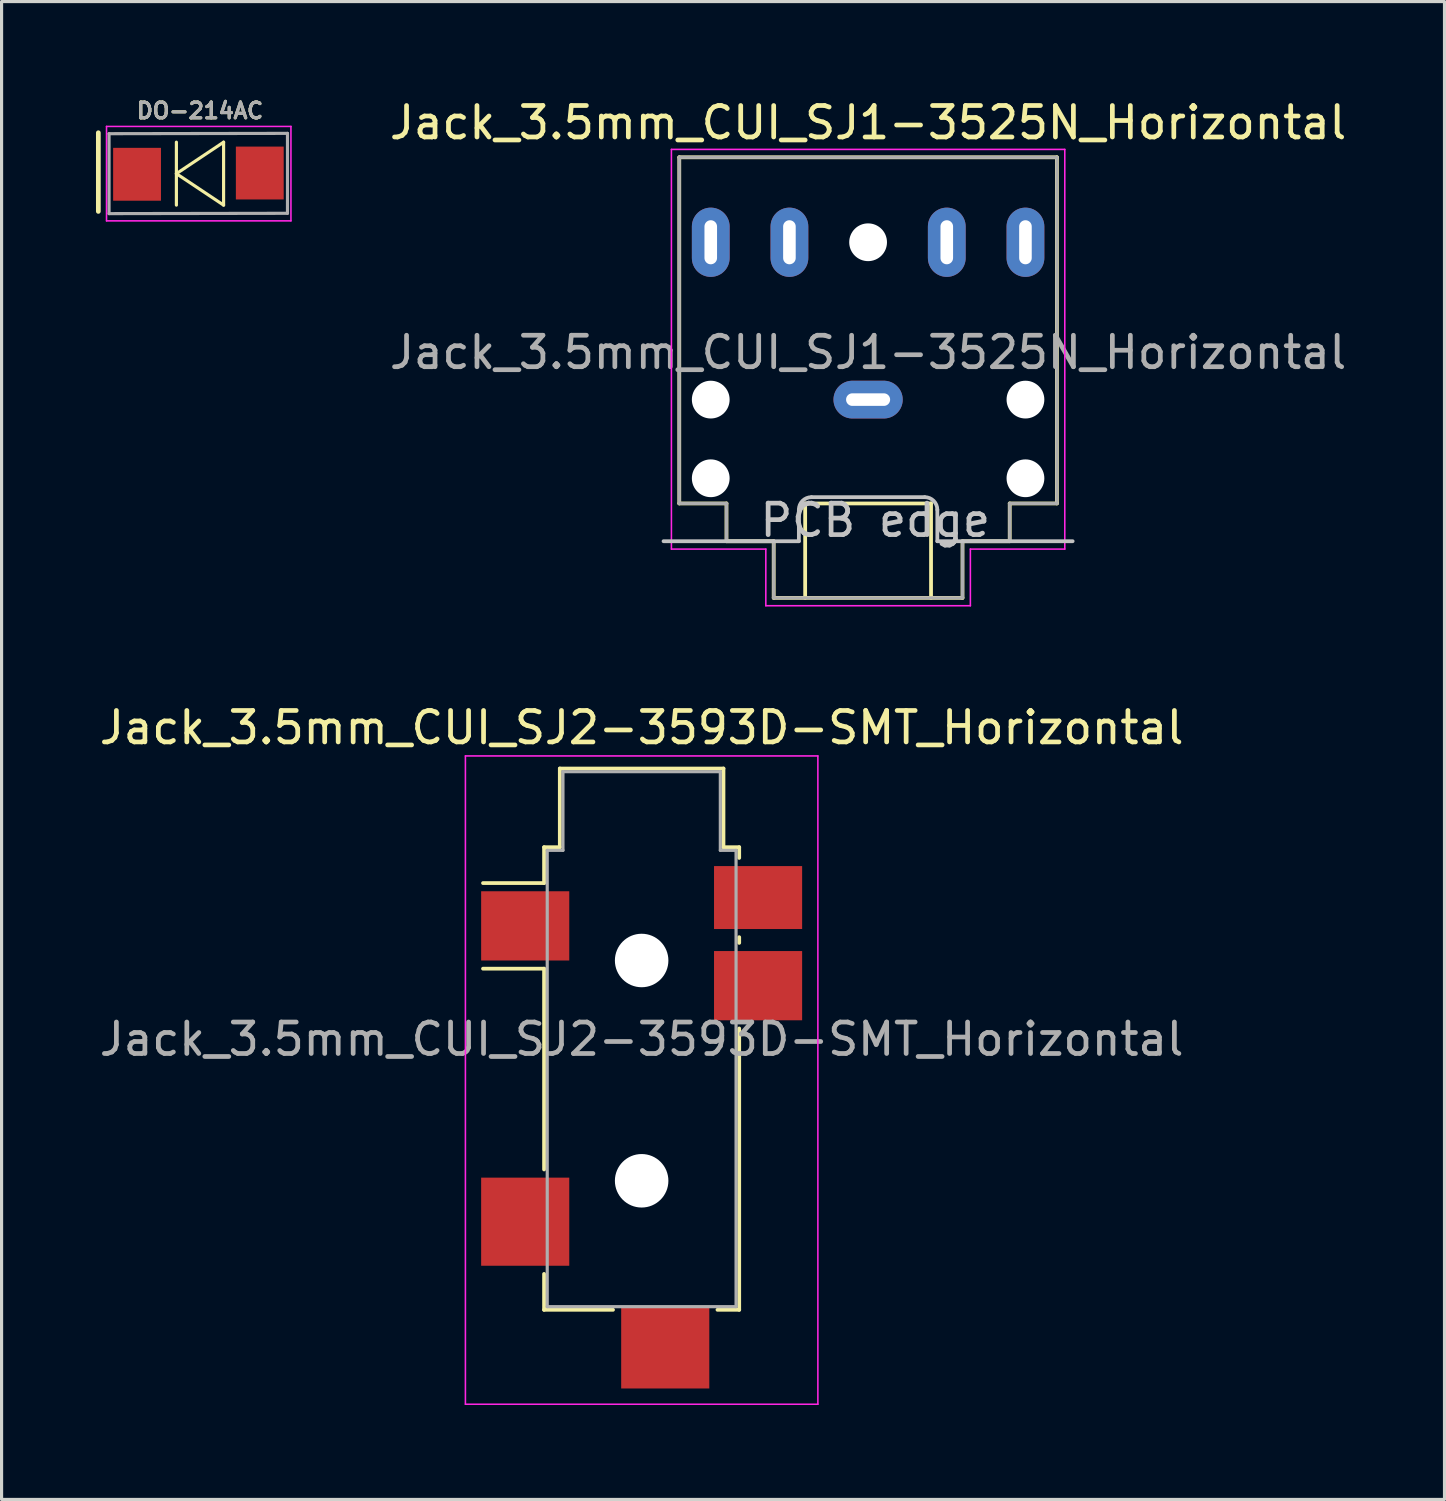
<source format=kicad_pcb>
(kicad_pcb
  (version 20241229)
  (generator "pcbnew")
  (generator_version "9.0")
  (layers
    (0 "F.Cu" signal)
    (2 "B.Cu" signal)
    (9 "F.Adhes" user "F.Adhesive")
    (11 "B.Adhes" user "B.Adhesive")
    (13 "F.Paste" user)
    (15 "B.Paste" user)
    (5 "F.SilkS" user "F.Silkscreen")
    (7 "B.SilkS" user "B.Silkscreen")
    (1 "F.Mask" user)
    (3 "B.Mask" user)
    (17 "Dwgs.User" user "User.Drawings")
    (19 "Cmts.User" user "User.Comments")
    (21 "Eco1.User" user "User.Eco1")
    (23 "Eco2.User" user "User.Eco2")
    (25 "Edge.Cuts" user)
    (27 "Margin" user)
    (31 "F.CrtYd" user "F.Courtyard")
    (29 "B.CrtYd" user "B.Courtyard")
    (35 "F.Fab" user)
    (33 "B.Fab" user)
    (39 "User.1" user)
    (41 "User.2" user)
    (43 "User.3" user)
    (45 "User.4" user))
  (footprint "Jack_3.5mm_CUI_SJ1-3525N_Horizontal"
    (layer "F.Cu")
    (at 24.535 9.648)
    (property "Reference" "Jack_3.5mm_CUI_SJ1-3525N_Horizontal" (at 0 -8.8 0) (layer "F.SilkS") (effects (font (size 1 1) (thickness 0.15))))
    (attr through_hole exclude_from_pos_files exclude_from_bom)
    (fp_line (start -6 -7.7) (end 6 -7.7) (stroke (width 0.12) (type solid)) (layer "F.SilkS"))
    (fp_line (start -6 3.3) (end -6 -7.7) (stroke (width 0.12) (type solid)) (layer "F.SilkS"))
    (fp_line (start -4.5 3.3) (end -6 3.3) (stroke (width 0.12) (type solid)) (layer "F.SilkS"))
    (fp_line (start -4.5 4.5) (end -4.5 3.3) (stroke (width 0.12) (type solid)) (layer "F.SilkS"))
    (fp_line (start -3 4.5) (end -4.5 4.5) (stroke (width 0.12) (type solid)) (layer "F.SilkS"))
    (fp_line (start -3 6.3) (end -3 4.5) (stroke (width 0.12) (type solid)) (layer "F.SilkS"))
    (fp_line (start -2 3.3) (end -2 6.3) (stroke (width 0.12) (type solid)) (layer "F.SilkS"))
    (fp_line (start 2 3.3) (end -2 3.3) (stroke (width 0.12) (type solid)) (layer "F.SilkS"))
    (fp_line (start 2 6.3) (end 2 3.3) (stroke (width 0.12) (type solid)) (layer "F.SilkS"))
    (fp_line (start 3 4.5) (end 3 6.3) (stroke (width 0.12) (type solid)) (layer "F.SilkS"))
    (fp_line (start 3 6.3) (end -3 6.3) (stroke (width 0.12) (type solid)) (layer "F.SilkS"))
    (fp_line (start 4.5 3.3) (end 4.5 4.5) (stroke (width 0.12) (type solid)) (layer "F.SilkS"))
    (fp_line (start 4.5 4.5) (end 3 4.5) (stroke (width 0.12) (type solid)) (layer "F.SilkS"))
    (fp_line (start 6 -7.7) (end 6 3.3) (stroke (width 0.12) (type solid)) (layer "F.SilkS"))
    (fp_line (start 6 3.3) (end 4.5 3.3) (stroke (width 0.12) (type solid)) (layer "F.SilkS"))
    (fp_line (start -2.2 3.5) (end -2.2 4.5) (stroke (width 0.12) (type solid)) (layer "Dwgs.User"))
    (fp_line (start -2.2 4.5) (end -6.5 4.5) (stroke (width 0.12) (type solid)) (layer "Dwgs.User"))
    (fp_line (start 1.8 3.1) (end -1.8 3.1) (stroke (width 0.12) (type solid)) (layer "Dwgs.User"))
    (fp_line (start 2.2 3.5) (end 2.2 4.5) (stroke (width 0.12) (type solid)) (layer "Dwgs.User"))
    (fp_line (start 2.2 4.5) (end 6.5 4.5) (stroke (width 0.12) (type solid)) (layer "Dwgs.User"))
    (fp_arc (start -2.2 3.5) (mid -2.082842 3.217158) (end -1.8 3.1) (stroke (width 0.12) (type solid)) (layer "Dwgs.User"))
    (fp_arc (start 1.8 3.1) (mid 2.082843 3.217157) (end 2.2 3.5) (stroke (width 0.12) (type solid)) (layer "Dwgs.User"))
    (fp_line (start -6.25 -7.95) (end -6.25 4.75) (stroke (width 0.05) (type solid)) (layer "F.CrtYd"))
    (fp_line (start -6.25 4.75) (end -3.25 4.75) (stroke (width 0.05) (type solid)) (layer "F.CrtYd"))
    (fp_line (start -3.25 4.75) (end -3.25 6.55) (stroke (width 0.05) (type solid)) (layer "F.CrtYd"))
    (fp_line (start -3.25 6.55) (end 3.25 6.55) (stroke (width 0.05) (type solid)) (layer "F.CrtYd"))
    (fp_line (start 3.25 4.75) (end 6.25 4.75) (stroke (width 0.05) (type solid)) (layer "F.CrtYd"))
    (fp_line (start 3.25 6.55) (end 3.25 4.75) (stroke (width 0.05) (type solid)) (layer "F.CrtYd"))
    (fp_line (start 6.25 -7.95) (end -6.25 -7.95) (stroke (width 0.05) (type solid)) (layer "F.CrtYd"))
    (fp_line (start 6.25 4.5) (end 6.25 -7.95) (stroke (width 0.05) (type solid)) (layer "F.CrtYd"))
    (fp_line (start 6.25 4.75) (end 6.25 4.5) (stroke (width 0.05) (type solid)) (layer "F.CrtYd"))
    (fp_line (start -6 -7.7) (end 6 -7.7) (stroke (width 0.1) (type solid)) (layer "F.Fab"))
    (fp_line (start -6 3.3) (end -6 -7.7) (stroke (width 0.1) (type solid)) (layer "F.Fab"))
    (fp_line (start -4.5 3.3) (end -6 3.3) (stroke (width 0.1) (type solid)) (layer "F.Fab"))
    (fp_line (start -4.5 4.5) (end -4.5 3.3) (stroke (width 0.1) (type solid)) (layer "F.Fab"))
    (fp_line (start -4.5 4.5) (end -3 4.5) (stroke (width 0.1) (type solid)) (layer "F.Fab"))
    (fp_line (start -3 4.5) (end -3 6.3) (stroke (width 0.1) (type solid)) (layer "F.Fab"))
    (fp_line (start -3 6.3) (end 3 6.3) (stroke (width 0.1) (type solid)) (layer "F.Fab"))
    (fp_line (start 3 4.5) (end 3 6.3) (stroke (width 0.1) (type solid)) (layer "F.Fab"))
    (fp_line (start 4.5 3.3) (end 6 3.3) (stroke (width 0.1) (type solid)) (layer "F.Fab"))
    (fp_line (start 4.5 4.5) (end 3 4.5) (stroke (width 0.1) (type solid)) (layer "F.Fab"))
    (fp_line (start 4.5 4.5) (end 4.5 3.3) (stroke (width 0.1) (type solid)) (layer "F.Fab"))
    (fp_line (start 6 3.3) (end 6 -7.7) (stroke (width 0.1) (type solid)) (layer "F.Fab"))
    (fp_text user "PCB edge" (at 0.229 3.835 0) (unlocked yes) (layer "Dwgs.User") (effects (font (size 1 1) (thickness 0.15))))
    (fp_text user "${REFERENCE}" (at 0 -1.5 0) (layer "F.Fab") (effects (font (size 1 1) (thickness 0.15))))
    (pad "" np_thru_hole circle (at -5 0) (size 1.2 1.2) (drill 1.2) (layers "*.Cu"))
    (pad "" np_thru_hole circle (at -5 2.5) (size 1.2 1.2) (drill 1.2) (layers "*.Cu"))
    (pad "" np_thru_hole circle (at 0 -5) (size 1.2 1.2) (drill 1.2) (layers "*.Cu"))
    (pad "" np_thru_hole circle (at 5 0) (size 1.2 1.2) (drill 1.2) (layers "*.Cu"))
    (pad "" np_thru_hole circle (at 5 2.5) (size 1.2 1.2) (drill 1.2) (layers "*.Cu"))
    (pad "R" thru_hole oval (at -5 -5) (size 1.2 2.2) (drill oval 0.4 1.4) (layers "*.Cu" "*.Mask"))
    (pad "RN" thru_hole oval (at -2.5 -5) (size 1.2 2.2) (drill oval 0.4 1.4) (layers "*.Cu" "*.Mask"))
    (pad "S" thru_hole oval (at 0 0) (size 2.2 1.2) (drill oval 1.4 0.4) (layers "*.Cu" "*.Mask"))
    (pad "T" thru_hole oval (at 5 -5 180) (size 1.2 2.2) (drill oval 0.4 1.4) (layers "*.Cu" "*.Mask"))
    (pad "TN" thru_hole oval (at 2.5 -5 180) (size 1.2 2.2) (drill oval 0.4 1.4) (layers "*.Cu" "*.Mask")))
  (footprint "DO-214AC"
    (layer "F.Cu")
    (at 3.305 2.468)
    (property "Reference" "DO-214AC" (at 0 -2 0) (layer "F.SilkS") (effects (font (size 0.5 0.5) (thickness 0.1))))
    (attr smd)
    (fp_line (start -3.23 -1.3) (end -3.23 1.2) (stroke (width 0.15) (type solid)) (layer "F.SilkS"))
    (fp_line (start -0.75 -1) (end -0.75 1) (stroke (width 0.1) (type solid)) (layer "F.SilkS"))
    (fp_line (start 0.75 -1) (end -0.75 0) (stroke (width 0.1) (type solid)) (layer "F.SilkS"))
    (fp_line (start 0.75 -1) (end 0.75 1) (stroke (width 0.1) (type solid)) (layer "F.SilkS"))
    (fp_line (start 0.75 1) (end -0.75 0) (stroke (width 0.1) (type solid)) (layer "F.SilkS"))
    (fp_line (start -2.97 -1.5) (end 2.89 -1.5) (stroke (width 0.05) (type solid)) (layer "F.CrtYd"))
    (fp_line (start -2.97 1.5) (end -2.97 -1.5) (stroke (width 0.05) (type solid)) (layer "F.CrtYd"))
    (fp_line (start 2.89 -1.5) (end 2.89 1.5) (stroke (width 0.05) (type solid)) (layer "F.CrtYd"))
    (fp_line (start 2.89 1.5) (end -2.97 1.5) (stroke (width 0.05) (type solid)) (layer "F.CrtYd"))
    (fp_line (start -2.89 -1.27) (end 2.78 -1.28) (stroke (width 0.1) (type solid)) (layer "F.Fab"))
    (fp_line (start -2.89 1.27) (end -2.89 -1.27) (stroke (width 0.1) (type solid)) (layer "F.Fab"))
    (fp_line (start 2.78 -1.28) (end 2.78 1.26) (stroke (width 0.1) (type solid)) (layer "F.Fab"))
    (fp_line (start 2.78 1.26) (end -2.89 1.27) (stroke (width 0.1) (type solid)) (layer "F.Fab"))
    (fp_text user "${REFERENCE}" (at 0 -2 0) (layer "F.Fab") (effects (font (size 0.5 0.5) (thickness 0.1))))
    (pad "1" smd rect (at -2 0.02) (size 1.52 1.68) (layers "F.Cu" "F.Mask" "F.Paste"))
    (pad "2" smd rect (at 1.9 -0.02) (size 1.52 1.68) (layers "F.Cu" "F.Mask" "F.Paste")))
  (footprint "Jack_3.5mm_CUI_SJ2-3593D-SMT_Horizontal"
    (layer "F.Cu")
    (at 17.339 29.971)
    (property "Reference" "Jack_3.5mm_CUI_SJ2-3593D-SMT_Horizontal" (at 0 -9.9 0) (layer "F.SilkS") (effects (font (size 1 1) (thickness 0.15))))
    (attr smd)
    (fp_line (start -3.1 -6.1) (end -2.6 -6.1) (stroke (width 0.12) (type solid)) (layer "F.SilkS"))
    (fp_line (start -3.1 -4.96) (end -5.04 -4.96) (stroke (width 0.12) (type solid)) (layer "F.SilkS"))
    (fp_line (start -3.1 -4.96) (end -3.1 -6.1) (stroke (width 0.12) (type solid)) (layer "F.SilkS"))
    (fp_line (start -3.1 -2.24) (end -5.04 -2.24) (stroke (width 0.12) (type solid)) (layer "F.SilkS"))
    (fp_line (start -3.1 4.14) (end -3.1 -2.24) (stroke (width 0.12) (type solid)) (layer "F.SilkS"))
    (fp_line (start -3.1 8.6) (end -3.1 7.46) (stroke (width 0.12) (type solid)) (layer "F.SilkS"))
    (fp_line (start -2.6 -8.6) (end 2.6 -8.6) (stroke (width 0.12) (type solid)) (layer "F.SilkS"))
    (fp_line (start -2.6 -6.1) (end -2.6 -8.6) (stroke (width 0.12) (type solid)) (layer "F.SilkS"))
    (fp_line (start -0.91 8.6) (end -3.1 8.6) (stroke (width 0.12) (type solid)) (layer "F.SilkS"))
    (fp_line (start 2.6 -8.6) (end 2.6 -6.1) (stroke (width 0.12) (type solid)) (layer "F.SilkS"))
    (fp_line (start 2.6 -6.1) (end 3.1 -6.1) (stroke (width 0.12) (type solid)) (layer "F.SilkS"))
    (fp_line (start 3.1 -6.1) (end 3.1 -5.76) (stroke (width 0.12) (type solid)) (layer "F.SilkS"))
    (fp_line (start 3.1 -3.24) (end 3.1 -3.06) (stroke (width 0.12) (type solid)) (layer "F.SilkS"))
    (fp_line (start 3.1 -0.34) (end 3.1 8.6) (stroke (width 0.12) (type solid)) (layer "F.SilkS"))
    (fp_line (start 3.1 8.6) (end 2.41 8.6) (stroke (width 0.12) (type solid)) (layer "F.SilkS"))
    (fp_line (start -5.6 -9) (end 5.6 -9) (stroke (width 0.05) (type solid)) (layer "F.CrtYd"))
    (fp_line (start -5.6 11.6) (end -5.6 -9) (stroke (width 0.05) (type solid)) (layer "F.CrtYd"))
    (fp_line (start 5.6 -9) (end 5.6 11.6) (stroke (width 0.05) (type solid)) (layer "F.CrtYd"))
    (fp_line (start 5.6 11.6) (end -5.6 11.6) (stroke (width 0.05) (type solid)) (layer "F.CrtYd"))
    (fp_line (start -3 -6) (end -2.5 -6) (stroke (width 0.1) (type solid)) (layer "F.Fab"))
    (fp_line (start -3 8.5) (end -3 -6) (stroke (width 0.1) (type solid)) (layer "F.Fab"))
    (fp_line (start -2.5 -8.5) (end 2.5 -8.5) (stroke (width 0.1) (type solid)) (layer "F.Fab"))
    (fp_line (start -2.5 -6) (end -2.5 -8.5) (stroke (width 0.1) (type solid)) (layer "F.Fab"))
    (fp_line (start 2.5 -8.5) (end 2.5 -6) (stroke (width 0.1) (type solid)) (layer "F.Fab"))
    (fp_line (start 2.5 -6) (end 3 -6) (stroke (width 0.1) (type solid)) (layer "F.Fab"))
    (fp_line (start 3 -6) (end 3 8.5) (stroke (width 0.1) (type solid)) (layer "F.Fab"))
    (fp_line (start 3 8.5) (end -3 8.5) (stroke (width 0.1) (type solid)) (layer "F.Fab"))
    (fp_text user "${REFERENCE}" (at 0 0 0) (layer "F.Fab") (effects (font (size 1 1) (thickness 0.15))))
    (pad "" np_thru_hole circle (at 0 -2.5) (size 1.7 1.7) (drill 1.7) (layers "*.Cu" "*.Mask"))
    (pad "" np_thru_hole circle (at 0 4.5) (size 1.7 1.7) (drill 1.7) (layers "*.Cu" "*.Mask"))
    (pad "G" smd rect (at -3.7 -3.6) (size 2.8 2.2) (layers "F.Cu" "F.Mask" "F.Paste"))
    (pad "S1" smd rect (at 3.7 -1.7) (size 2.8 2.2) (layers "F.Cu" "F.Mask" "F.Paste"))
    (pad "SN1" smd rect (at 3.7 -4.5) (size 2.8 2) (layers "F.Cu" "F.Mask" "F.Paste"))
    (pad "T1" smd rect (at -3.7 5.8) (size 2.8 2.8) (layers "F.Cu" "F.Mask" "F.Paste"))
    (pad "TN1" smd rect (at 0.75 9.8) (size 2.8 2.6) (layers "F.Cu" "F.Mask" "F.Paste")))
  (gr_rect
    (start -3 -3)
    (end 42.851 44.596)
    (stroke (width 0.1) (type default))
    (fill no)
    (layer "Edge.Cuts")))
</source>
